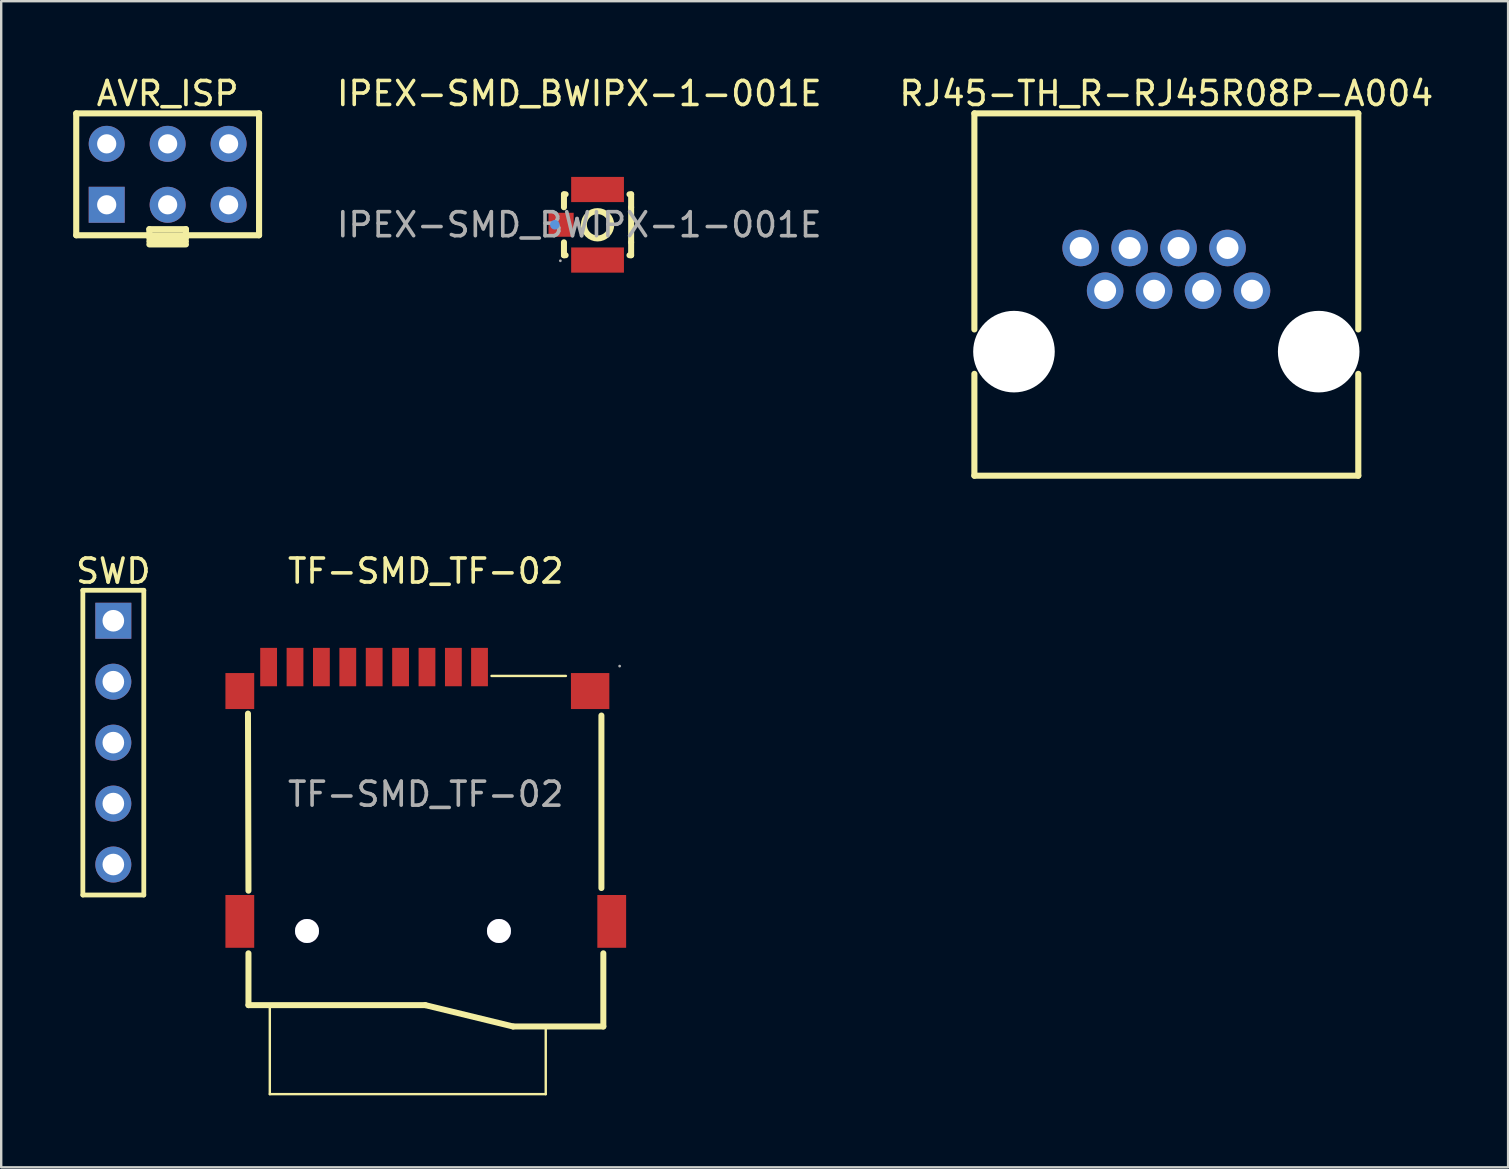
<source format=kicad_pcb>
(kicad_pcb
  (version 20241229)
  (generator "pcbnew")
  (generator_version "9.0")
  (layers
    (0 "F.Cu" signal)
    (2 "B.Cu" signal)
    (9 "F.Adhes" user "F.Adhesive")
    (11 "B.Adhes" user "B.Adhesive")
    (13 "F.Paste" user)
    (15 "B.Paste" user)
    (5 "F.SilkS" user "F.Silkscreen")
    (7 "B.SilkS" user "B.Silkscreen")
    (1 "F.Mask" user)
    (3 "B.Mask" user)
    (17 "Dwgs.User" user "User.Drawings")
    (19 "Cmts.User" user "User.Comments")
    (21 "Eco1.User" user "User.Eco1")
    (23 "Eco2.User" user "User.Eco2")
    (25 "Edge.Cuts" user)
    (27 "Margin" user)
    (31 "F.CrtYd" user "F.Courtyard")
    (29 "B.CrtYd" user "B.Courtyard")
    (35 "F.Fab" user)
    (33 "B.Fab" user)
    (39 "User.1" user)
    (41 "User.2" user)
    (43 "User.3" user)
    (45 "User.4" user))
  (footprint "SWD"
    (layer "F.Cu")
    (at 1.673 27.901)
    (property "Reference" "SWD" (at 0 -7.15 0) (layer "F.SilkS") (effects (font (size 1 1) (thickness 0.15))))
    (fp_line (start -1.27 -6.35) (end 1.27 -6.35) (stroke (width 0.2) (type solid)) (layer "F.SilkS"))
    (fp_line (start -1.27 6.35) (end -1.27 -6.35) (stroke (width 0.2) (type solid)) (layer "F.SilkS"))
    (fp_line (start -1.27 6.35) (end 1.27 6.35) (stroke (width 0.2) (type solid)) (layer "F.SilkS"))
    (fp_line (start 1.27 6.35) (end 1.27 -6.35) (stroke (width 0.2) (type solid)) (layer "F.SilkS"))
    (pad "1" thru_hole rect (at 0 -5.08 270) (size 1.5 1.5) (drill 0.9) (layers "*.Cu" "*.Mask"))
    (pad "2" thru_hole circle (at 0 -2.54 270) (size 1.5 1.5) (drill 0.9) (layers "*.Cu" "*.Mask"))
    (pad "3" thru_hole circle (at 0 0 270) (size 1.5 1.5) (drill 0.9) (layers "*.Cu" "*.Mask"))
    (pad "4" thru_hole circle (at 0 2.54 270) (size 1.5 1.5) (drill 0.9) (layers "*.Cu" "*.Mask"))
    (pad "5" thru_hole circle (at 0 5.08 270) (size 1.5 1.5) (drill 0.9) (layers "*.Cu" "*.Mask")))
  (footprint "IPEX-SMD_BWIPX-1-001E"
    (layer "F.Cu")
    (at 21.094 6.318)
    (property "Reference" "IPEX-SMD_BWIPX-1-001E" (at 0 -5.47 0) (layer "F.SilkS") (effects (font (size 1 1) (thickness 0.15))))
    (attr smd)
    (fp_line (start -0.64 -1.27) (end -0.64 -0.73) (stroke (width 0.25) (type solid)) (layer "F.SilkS"))
    (fp_line (start -0.64 0.73) (end -0.64 1.27) (stroke (width 0.25) (type solid)) (layer "F.SilkS"))
    (fp_line (start -0.64 1.27) (end -0.57 1.27) (stroke (width 0.25) (type solid)) (layer "F.SilkS"))
    (fp_line (start -0.57 -1.27) (end -0.64 -1.27) (stroke (width 0.25) (type solid)) (layer "F.SilkS"))
    (fp_line (start 2.09 1.27) (end 2.16 1.27) (stroke (width 0.25) (type solid)) (layer "F.SilkS"))
    (fp_line (start 2.16 -1.27) (end 2.09 -1.27) (stroke (width 0.25) (type solid)) (layer "F.SilkS"))
    (fp_line (start 2.16 -0.73) (end 2.16 -1.27) (stroke (width 0.25) (type solid)) (layer "F.SilkS"))
    (fp_line (start 2.16 -0.73) (end 2.16 0.73) (stroke (width 0.25) (type solid)) (layer "F.SilkS"))
    (fp_line (start 2.16 1.27) (end 2.16 0.73) (stroke (width 0.25) (type solid)) (layer "F.SilkS"))
    (fp_circle (center 0.76 0) (end 1.33 0) (stroke (width 0.25) (type solid)) (fill no) (layer "F.SilkS"))
    (fp_circle (center -1.02 0) (end -0.92 0) (stroke (width 0.2) (type solid)) (fill no) (layer "Cmts.User"))
    (fp_circle (center -0.79 1.5) (end -0.76 1.5) (stroke (width 0.06) (type solid)) (fill no) (layer "F.Fab"))
    (fp_text user "${REFERENCE}" (at 0 0 0) (layer "F.Fab") (effects (font (size 1 1) (thickness 0.15))))
    (pad "1" smd rect (at -0.76 0 180) (size 1.05 1) (layers "F.Cu" "F.Mask" "F.Paste"))
    (pad "2" smd rect (at 0.76 1.47 180) (size 2.2 1.05) (layers "F.Cu" "F.Mask" "F.Paste"))
    (pad "3" smd rect (at 0.76 -1.47 180) (size 2.2 1.05) (layers "F.Cu" "F.Mask" "F.Paste")))
  (footprint "TF-SMD_TF-02"
    (layer "F.Cu")
    (at 14.695 30.051)
    (property "Reference" "TF-SMD_TF-02" (at 0 -9.3 0) (layer "F.SilkS") (effects (font (size 1 1) (thickness 0.15))))
    (attr smd)
    (fp_line (start -7.41 -3.36) (end -7.39 4.02) (stroke (width 0.25) (type solid)) (layer "F.SilkS"))
    (fp_line (start -7.39 6.63) (end -7.39 8.79) (stroke (width 0.25) (type solid)) (layer "F.SilkS"))
    (fp_line (start -7.39 8.79) (end -0.02 8.79) (stroke (width 0.25) (type solid)) (layer "F.SilkS"))
    (fp_line (start -6.5 8.87) (end -6.5 12.5) (stroke (width 0.1) (type default)) (layer "F.SilkS"))
    (fp_line (start -6.5 12.5) (end 5 12.5) (stroke (width 0.1) (type default)) (layer "F.SilkS"))
    (fp_line (start -0.02 8.79) (end 3.64 9.68) (stroke (width 0.25) (type solid)) (layer "F.SilkS"))
    (fp_line (start 2.74 -4.93) (end 5.84 -4.93) (stroke (width 0.1) (type solid)) (layer "F.SilkS"))
    (fp_line (start 3.64 9.68) (end 7.4 9.68) (stroke (width 0.25) (type solid)) (layer "F.SilkS"))
    (fp_line (start 5 12.5) (end 5 9.661) (stroke (width 0.1) (type default)) (layer "F.SilkS"))
    (fp_line (start 7.32 3.91) (end 7.32 -3.28) (stroke (width 0.25) (type solid)) (layer "F.SilkS"))
    (fp_line (start 7.4 9.68) (end 7.4 6.63) (stroke (width 0.25) (type solid)) (layer "F.SilkS"))
    (fp_circle (center -4.95 5.7) (end -4.75 5.7) (stroke (width 0.4) (type solid)) (fill no) (layer "Cmts.User"))
    (fp_circle (center 3.05 5.7) (end 3.25 5.7) (stroke (width 0.4) (type solid)) (fill no) (layer "Cmts.User"))
    (fp_circle (center 8.08 -5.34) (end 8.11 -5.34) (stroke (width 0.06) (type solid)) (fill no) (layer "F.Fab"))
    (fp_text user "${REFERENCE}" (at 0 0 0) (layer "F.Fab") (effects (font (size 1 1) (thickness 0.15))))
    (pad "" thru_hole circle (at -4.95 5.7) (size 1 1) (drill 1) (layers "*.Cu" "*.Mask"))
    (pad "" thru_hole circle (at 3.05 5.7) (size 1 1) (drill 1) (layers "*.Cu" "*.Mask"))
    (pad "1" smd rect (at 2.24 -5.3) (size 0.7 1.6) (layers "F.Cu" "F.Mask" "F.Paste"))
    (pad "2" smd rect (at 1.15 -5.3) (size 0.7 1.6) (layers "F.Cu" "F.Mask" "F.Paste"))
    (pad "3" smd rect (at 0.05 -5.3) (size 0.7 1.6) (layers "F.Cu" "F.Mask" "F.Paste"))
    (pad "4" smd rect (at -1.05 -5.3) (size 0.7 1.6) (layers "F.Cu" "F.Mask" "F.Paste"))
    (pad "5" smd rect (at -2.15 -5.3) (size 0.7 1.6) (layers "F.Cu" "F.Mask" "F.Paste"))
    (pad "6" smd rect (at -3.25 -5.3) (size 0.7 1.6) (layers "F.Cu" "F.Mask" "F.Paste"))
    (pad "7" smd rect (at -4.35 -5.3) (size 0.7 1.6) (layers "F.Cu" "F.Mask" "F.Paste"))
    (pad "8" smd rect (at -5.45 -5.3) (size 0.7 1.6) (layers "F.Cu" "F.Mask" "F.Paste"))
    (pad "9" smd rect (at -6.55 -5.3) (size 0.7 1.6) (layers "F.Cu" "F.Mask" "F.Paste"))
    (pad "10" smd rect (at -7.75 -4.3) (size 1.2 1.5) (layers "F.Cu" "F.Mask" "F.Paste"))
    (pad "11" smd rect (at -7.75 5.3) (size 1.2 2.2) (layers "F.Cu" "F.Mask" "F.Paste"))
    (pad "12" smd rect (at 7.75 5.3) (size 1.2 2.2) (layers "F.Cu" "F.Mask" "F.Paste"))
    (pad "13" smd rect (at 6.85 -4.3) (size 1.6 1.5) (layers "F.Cu" "F.Mask" "F.Paste")))
  (footprint "RJ45-TH_R-RJ45R08P-A004"
    (layer "F.Cu")
    (at 45.559 8.175)
    (property "Reference" "RJ45-TH_R-RJ45R08P-A004" (at 0 -7.327 0) (layer "F.SilkS") (effects (font (size 1 1) (thickness 0.15))))
    (fp_line (start -8 -6.5) (end 8 -6.5) (stroke (width 0.254) (type solid)) (layer "F.SilkS"))
    (fp_line (start -8 2.505) (end -8 -6.5) (stroke (width 0.254) (type solid)) (layer "F.SilkS"))
    (fp_line (start -8 8.6) (end -8 4.355) (stroke (width 0.254) (type solid)) (layer "F.SilkS"))
    (fp_line (start -8 8.6) (end 8 8.6) (stroke (width 0.254) (type solid)) (layer "F.SilkS"))
    (fp_line (start 8 2.505) (end 8 -6.5) (stroke (width 0.254) (type solid)) (layer "F.SilkS"))
    (fp_line (start 8 8.6) (end 8 4.355) (stroke (width 0.254) (type solid)) (layer "F.SilkS"))
    (fp_circle (center -6.35 3.43) (end -6.35 2.63) (stroke (width 1.6) (type solid)) (fill no) (layer "Eco2.User"))
    (fp_circle (center 6.35 3.43) (end 6.35 2.63) (stroke (width 1.6) (type solid)) (fill no) (layer "Eco2.User"))
    (fp_poly (pts (xy -4.5 3.5) (xy -4.5 2.5) (xy 4.5 2.5) (xy 4.5 3.5)) (stroke (width 0.1) (type default)) (fill no) (layer "Eco2.User"))
    (fp_poly (pts (xy -4.5 8.5) (xy -4.5 3.5) (xy -3.5 3.5) (xy -3.5 8.5)) (stroke (width 0.1) (type default)) (fill no) (layer "Eco2.User"))
    (fp_poly (pts (xy 4.5 8.5) (xy 4.5 3.5) (xy 3.5 3.5) (xy 3.5 8.5)) (stroke (width 0.1) (type default)) (fill no) (layer "Eco2.User"))
    (pad "" np_thru_hole circle (at -6.35 3.43) (size 3.4 3.4) (drill 3.4) (layers "*.Cu" "*.Mask"))
    (pad "" np_thru_hole circle (at 6.35 3.43) (size 3.4 3.4) (drill 3.4) (layers "*.Cu" "*.Mask"))
    (pad "1" thru_hole circle (at 3.57 0.89) (size 1.524 1.524) (drill 0.914) (layers "*.Cu" "*.Mask"))
    (pad "2" thru_hole circle (at 2.55 -0.89) (size 1.524 1.524) (drill 0.914) (layers "*.Cu" "*.Mask"))
    (pad "3" thru_hole circle (at 1.53 0.89) (size 1.524 1.524) (drill 0.914) (layers "*.Cu" "*.Mask"))
    (pad "4" thru_hole circle (at 0.51 -0.89) (size 1.524 1.524) (drill 0.914) (layers "*.Cu" "*.Mask"))
    (pad "5" thru_hole circle (at -0.51 0.89) (size 1.524 1.524) (drill 0.914) (layers "*.Cu" "*.Mask"))
    (pad "6" thru_hole circle (at -1.53 -0.89) (size 1.524 1.524) (drill 0.914) (layers "*.Cu" "*.Mask"))
    (pad "7" thru_hole circle (at -2.55 0.89) (size 1.524 1.524) (drill 0.914) (layers "*.Cu" "*.Mask"))
    (pad "8" thru_hole circle (at -3.57 -0.89) (size 1.524 1.524) (drill 0.914) (layers "*.Cu" "*.Mask")))
  (footprint "AVR_ISP"
    (layer "F.Cu")
    (at 3.937 4.215)
    (property "Reference" "AVR_ISP" (at 0 -3.367 0) (layer "F.SilkS") (effects (font (size 1 1) (thickness 0.15))))
    (fp_line (start -3.81 -2.54) (end 3.81 -2.54) (stroke (width 0.254) (type solid)) (layer "F.SilkS"))
    (fp_line (start -3.81 2.54) (end -3.81 -2.54) (stroke (width 0.254) (type solid)) (layer "F.SilkS"))
    (fp_line (start -3.81 2.54) (end 3.81 2.54) (stroke (width 0.254) (type solid)) (layer "F.SilkS"))
    (fp_line (start -0.762 2.286) (end 0.762 2.286) (stroke (width 0.254) (type solid)) (layer "F.SilkS"))
    (fp_line (start -0.762 2.54) (end -0.762 2.286) (stroke (width 0.254) (type solid)) (layer "F.SilkS"))
    (fp_line (start -0.762 2.667) (end 0.762 2.667) (stroke (width 0.254) (type solid)) (layer "F.SilkS"))
    (fp_line (start -0.762 2.794) (end 0.762 2.794) (stroke (width 0.254) (type solid)) (layer "F.SilkS"))
    (fp_line (start -0.762 2.921) (end 0.762 2.921) (stroke (width 0.254) (type solid)) (layer "F.SilkS"))
    (fp_line (start 0.762 2.54) (end 0.762 2.286) (stroke (width 0.254) (type solid)) (layer "F.SilkS"))
    (fp_line (start 3.81 2.54) (end 3.81 -2.54) (stroke (width 0.254) (type solid)) (layer "F.SilkS"))
    (pad "1" thru_hole rect (at -2.54 1.27) (size 1.5 1.5) (drill 0.8) (layers "*.Cu" "*.Mask"))
    (pad "2" thru_hole circle (at -2.54 -1.27) (size 1.5 1.5) (drill 0.8) (layers "*.Cu" "*.Mask"))
    (pad "3" thru_hole circle (at 0 1.27) (size 1.5 1.5) (drill 0.8) (layers "*.Cu" "*.Mask"))
    (pad "4" thru_hole circle (at 0 -1.27) (size 1.5 1.5) (drill 0.8) (layers "*.Cu" "*.Mask"))
    (pad "5" thru_hole circle (at 2.54 1.27) (size 1.5 1.5) (drill 0.8) (layers "*.Cu" "*.Mask"))
    (pad "6" thru_hole circle (at 2.54 -1.27) (size 1.5 1.5) (drill 0.8) (layers "*.Cu" "*.Mask")))
  (gr_rect
    (start -3 -3)
    (end 59.803 45.601)
    (stroke (width 0.1) (type default))
    (fill no)
    (layer "Edge.Cuts")))
</source>
